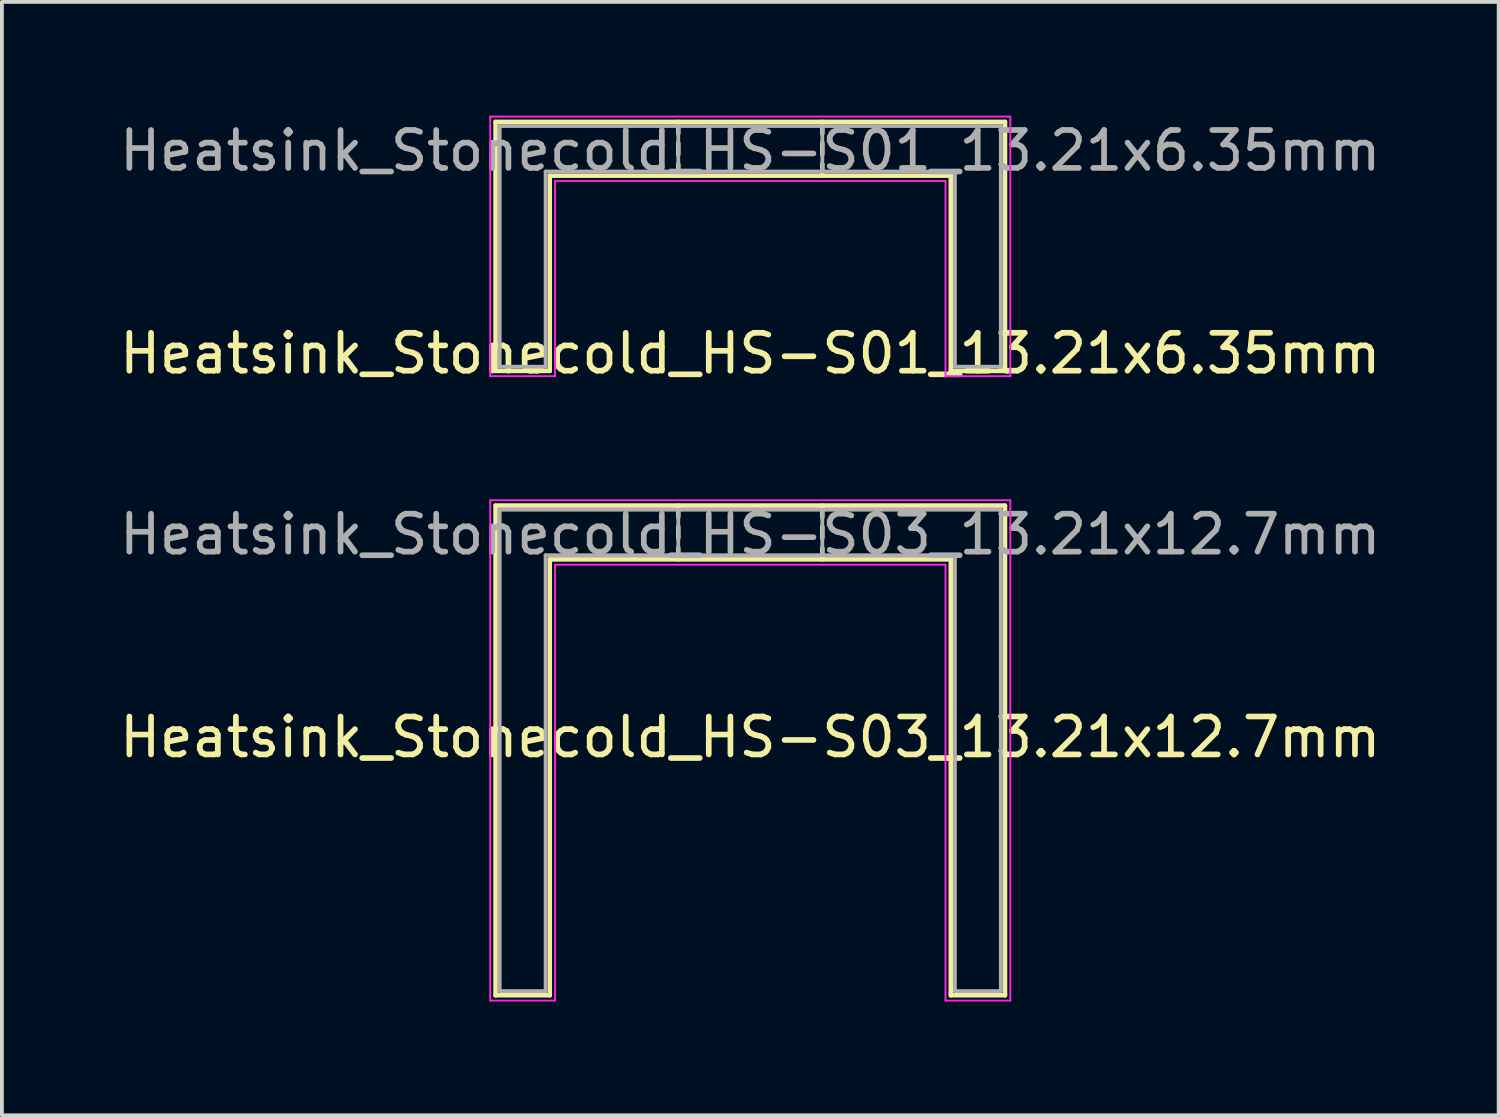
<source format=kicad_pcb>
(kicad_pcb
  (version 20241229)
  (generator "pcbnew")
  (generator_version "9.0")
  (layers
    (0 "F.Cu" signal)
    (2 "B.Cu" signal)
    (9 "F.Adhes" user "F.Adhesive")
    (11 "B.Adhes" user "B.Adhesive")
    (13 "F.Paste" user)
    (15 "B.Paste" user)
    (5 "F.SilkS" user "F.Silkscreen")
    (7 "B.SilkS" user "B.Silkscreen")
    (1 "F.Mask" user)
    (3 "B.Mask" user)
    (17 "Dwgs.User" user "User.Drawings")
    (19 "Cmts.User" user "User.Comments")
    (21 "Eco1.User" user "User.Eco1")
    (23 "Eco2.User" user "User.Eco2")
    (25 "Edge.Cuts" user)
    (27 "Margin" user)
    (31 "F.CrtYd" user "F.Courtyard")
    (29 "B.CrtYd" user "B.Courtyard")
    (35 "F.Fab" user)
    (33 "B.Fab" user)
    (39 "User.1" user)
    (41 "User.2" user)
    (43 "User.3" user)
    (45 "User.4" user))
  (footprint "Heatsink_Stonecold_HS-S01_13.21x6.35mm"
    (layer "F.Cu")
    (at 16.744 0.275)
    (property "Reference" "Heatsink_Stonecold_HS-S01_13.21x6.35mm" (at 0 6 0) (layer "F.SilkS") (effects (font (size 1 1) (thickness 0.15))))
    (fp_line (start -6.72 -0.11) (end -6.72 6.46) (stroke (width 0.12) (type solid)) (layer "F.SilkS"))
    (fp_line (start -6.72 -0.11) (end 6.72 -0.11) (stroke (width 0.12) (type solid)) (layer "F.SilkS"))
    (fp_line (start -6.72 6.46) (end -5.29 6.46) (stroke (width 0.12) (type solid)) (layer "F.SilkS"))
    (fp_line (start -5.29 1.31) (end 5.29 1.31) (stroke (width 0.12) (type solid)) (layer "F.SilkS"))
    (fp_line (start -5.29 6.46) (end -5.29 1.31) (stroke (width 0.12) (type solid)) (layer "F.SilkS"))
    (fp_line (start -1.9 -0.11) (end -1.9 0.19) (stroke (width 0.12) (type solid)) (layer "F.SilkS"))
    (fp_line (start -1.9 0.45) (end -1.9 0.75) (stroke (width 0.12) (type solid)) (layer "F.SilkS"))
    (fp_line (start -1.9 1.01) (end -1.9 1.31) (stroke (width 0.12) (type solid)) (layer "F.SilkS"))
    (fp_line (start 1.9 -0.11) (end 1.9 0.19) (stroke (width 0.12) (type solid)) (layer "F.SilkS"))
    (fp_line (start 1.9 0.45) (end 1.9 0.75) (stroke (width 0.12) (type solid)) (layer "F.SilkS"))
    (fp_line (start 1.9 1.01) (end 1.9 1.31) (stroke (width 0.12) (type solid)) (layer "F.SilkS"))
    (fp_line (start 5.29 1.31) (end 5.29 6.46) (stroke (width 0.12) (type solid)) (layer "F.SilkS"))
    (fp_line (start 5.29 6.46) (end 6.72 6.46) (stroke (width 0.12) (type solid)) (layer "F.SilkS"))
    (fp_line (start 6.72 -0.11) (end 6.72 6.46) (stroke (width 0.12) (type solid)) (layer "F.SilkS"))
    (fp_line (start -6.86 -0.25) (end -6.86 6.6) (stroke (width 0.05) (type solid)) (layer "F.CrtYd"))
    (fp_line (start -6.86 -0.25) (end 6.86 -0.25) (stroke (width 0.05) (type solid)) (layer "F.CrtYd"))
    (fp_line (start -6.86 6.6) (end -5.15 6.6) (stroke (width 0.05) (type solid)) (layer "F.CrtYd"))
    (fp_line (start -5.15 1.45) (end -5.15 6.6) (stroke (width 0.05) (type solid)) (layer "F.CrtYd"))
    (fp_line (start -5.15 1.45) (end 5.15 1.45) (stroke (width 0.05) (type solid)) (layer "F.CrtYd"))
    (fp_line (start 5.15 1.45) (end 5.15 6.6) (stroke (width 0.05) (type solid)) (layer "F.CrtYd"))
    (fp_line (start 5.15 6.6) (end 6.86 6.6) (stroke (width 0.05) (type solid)) (layer "F.CrtYd"))
    (fp_line (start 6.86 -0.25) (end 6.86 6.6) (stroke (width 0.05) (type solid)) (layer "F.CrtYd"))
    (fp_line (start -6.61 0) (end -6.61 6.35) (stroke (width 0.1) (type solid)) (layer "F.Fab"))
    (fp_line (start -6.61 0) (end 6.61 0) (stroke (width 0.1) (type solid)) (layer "F.Fab"))
    (fp_line (start -6.61 6.35) (end -5.4 6.35) (stroke (width 0.1) (type solid)) (layer "F.Fab"))
    (fp_line (start -5.4 1.2) (end -5.4 6.35) (stroke (width 0.1) (type solid)) (layer "F.Fab"))
    (fp_line (start -5.4 1.2) (end 5.4 1.2) (stroke (width 0.1) (type solid)) (layer "F.Fab"))
    (fp_line (start -1.9 1.2) (end -1.9 0) (stroke (width 0.1) (type solid)) (layer "F.Fab"))
    (fp_line (start 1.9 1.2) (end 1.9 0) (stroke (width 0.1) (type solid)) (layer "F.Fab"))
    (fp_line (start 5.4 1.2) (end 5.4 6.35) (stroke (width 0.1) (type solid)) (layer "F.Fab"))
    (fp_line (start 5.4 6.35) (end 6.61 6.35) (stroke (width 0.1) (type solid)) (layer "F.Fab"))
    (fp_line (start 6.61 0) (end 6.61 6.35) (stroke (width 0.1) (type solid)) (layer "F.Fab"))
    (fp_text user "${REFERENCE}" (at 0 0.65 0) (layer "F.Fab") (effects (font (size 1 1) (thickness 0.15)))))
  (footprint "Heatsink_Stonecold_HS-S03_13.21x12.7mm"
    (layer "F.Cu")
    (at 16.744 10.398)
    (property "Reference" "Heatsink_Stonecold_HS-S03_13.21x12.7mm" (at 0 6 0) (layer "F.SilkS") (effects (font (size 1 1) (thickness 0.15))))
    (fp_line (start -6.72 -0.11) (end -6.72 12.81) (stroke (width 0.12) (type solid)) (layer "F.SilkS"))
    (fp_line (start -6.72 -0.11) (end 6.72 -0.11) (stroke (width 0.12) (type solid)) (layer "F.SilkS"))
    (fp_line (start -6.72 12.81) (end -5.29 12.81) (stroke (width 0.12) (type solid)) (layer "F.SilkS"))
    (fp_line (start -5.29 1.31) (end 5.29 1.31) (stroke (width 0.12) (type solid)) (layer "F.SilkS"))
    (fp_line (start -5.29 12.81) (end -5.29 1.31) (stroke (width 0.12) (type solid)) (layer "F.SilkS"))
    (fp_line (start -1.9 -0.11) (end -1.9 0.19) (stroke (width 0.12) (type solid)) (layer "F.SilkS"))
    (fp_line (start -1.9 0.45) (end -1.9 0.75) (stroke (width 0.12) (type solid)) (layer "F.SilkS"))
    (fp_line (start -1.9 1.01) (end -1.9 1.31) (stroke (width 0.12) (type solid)) (layer "F.SilkS"))
    (fp_line (start 1.9 -0.11) (end 1.9 0.19) (stroke (width 0.12) (type solid)) (layer "F.SilkS"))
    (fp_line (start 1.9 0.45) (end 1.9 0.75) (stroke (width 0.12) (type solid)) (layer "F.SilkS"))
    (fp_line (start 1.9 1.01) (end 1.9 1.31) (stroke (width 0.12) (type solid)) (layer "F.SilkS"))
    (fp_line (start 5.29 1.31) (end 5.29 12.81) (stroke (width 0.12) (type solid)) (layer "F.SilkS"))
    (fp_line (start 5.29 12.81) (end 6.72 12.81) (stroke (width 0.12) (type solid)) (layer "F.SilkS"))
    (fp_line (start 6.72 -0.11) (end 6.72 12.81) (stroke (width 0.12) (type solid)) (layer "F.SilkS"))
    (fp_line (start -6.86 -0.25) (end -6.86 12.95) (stroke (width 0.05) (type solid)) (layer "F.CrtYd"))
    (fp_line (start -6.86 -0.25) (end 6.86 -0.25) (stroke (width 0.05) (type solid)) (layer "F.CrtYd"))
    (fp_line (start -6.86 12.95) (end -5.15 12.95) (stroke (width 0.05) (type solid)) (layer "F.CrtYd"))
    (fp_line (start -5.15 1.45) (end -5.15 12.95) (stroke (width 0.05) (type solid)) (layer "F.CrtYd"))
    (fp_line (start -5.15 1.45) (end 5.15 1.45) (stroke (width 0.05) (type solid)) (layer "F.CrtYd"))
    (fp_line (start 5.15 1.45) (end 5.15 12.95) (stroke (width 0.05) (type solid)) (layer "F.CrtYd"))
    (fp_line (start 5.15 12.95) (end 6.86 12.95) (stroke (width 0.05) (type solid)) (layer "F.CrtYd"))
    (fp_line (start 6.86 -0.25) (end 6.86 12.95) (stroke (width 0.05) (type solid)) (layer "F.CrtYd"))
    (fp_line (start -6.61 0) (end -6.61 12.7) (stroke (width 0.1) (type solid)) (layer "F.Fab"))
    (fp_line (start -6.61 0) (end 6.61 0) (stroke (width 0.1) (type solid)) (layer "F.Fab"))
    (fp_line (start -6.61 12.7) (end -5.4 12.7) (stroke (width 0.1) (type solid)) (layer "F.Fab"))
    (fp_line (start -5.4 1.2) (end -5.4 12.7) (stroke (width 0.1) (type solid)) (layer "F.Fab"))
    (fp_line (start -5.4 1.2) (end 5.4 1.2) (stroke (width 0.1) (type solid)) (layer "F.Fab"))
    (fp_line (start -1.9 1.2) (end -1.9 0) (stroke (width 0.1) (type solid)) (layer "F.Fab"))
    (fp_line (start 1.9 1.2) (end 1.9 0) (stroke (width 0.1) (type solid)) (layer "F.Fab"))
    (fp_line (start 5.4 1.2) (end 5.4 12.7) (stroke (width 0.1) (type solid)) (layer "F.Fab"))
    (fp_line (start 5.4 12.7) (end 6.61 12.7) (stroke (width 0.1) (type solid)) (layer "F.Fab"))
    (fp_line (start 6.61 0) (end 6.61 12.7) (stroke (width 0.1) (type solid)) (layer "F.Fab"))
    (fp_text user "${REFERENCE}" (at 0 0.65 0) (layer "F.Fab") (effects (font (size 1 1) (thickness 0.15)))))
  (gr_rect
    (start -3 -3)
    (end 36.488 26.373)
    (stroke (width 0.1) (type default))
    (fill no)
    (layer "Edge.Cuts")))
</source>
